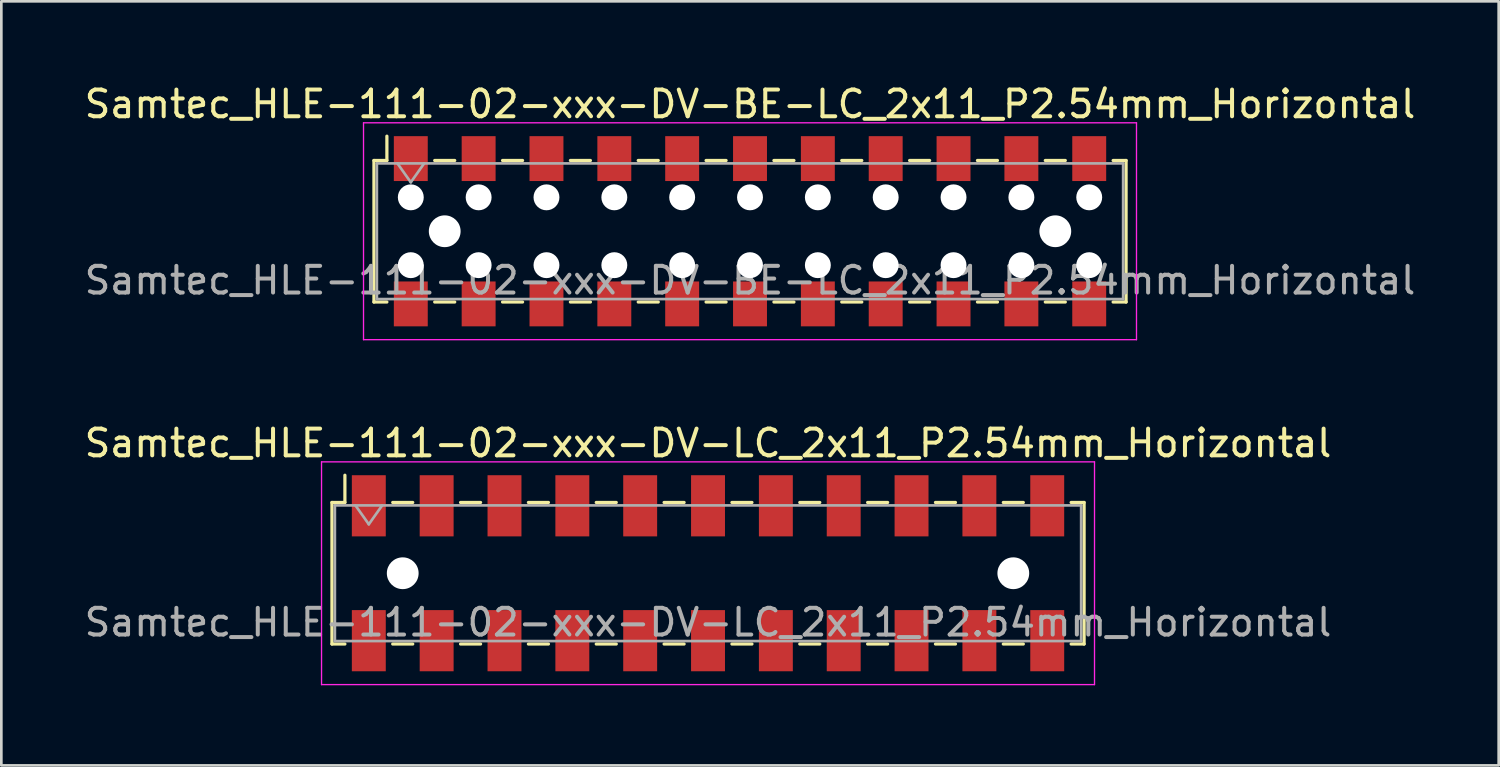
<source format=kicad_pcb>
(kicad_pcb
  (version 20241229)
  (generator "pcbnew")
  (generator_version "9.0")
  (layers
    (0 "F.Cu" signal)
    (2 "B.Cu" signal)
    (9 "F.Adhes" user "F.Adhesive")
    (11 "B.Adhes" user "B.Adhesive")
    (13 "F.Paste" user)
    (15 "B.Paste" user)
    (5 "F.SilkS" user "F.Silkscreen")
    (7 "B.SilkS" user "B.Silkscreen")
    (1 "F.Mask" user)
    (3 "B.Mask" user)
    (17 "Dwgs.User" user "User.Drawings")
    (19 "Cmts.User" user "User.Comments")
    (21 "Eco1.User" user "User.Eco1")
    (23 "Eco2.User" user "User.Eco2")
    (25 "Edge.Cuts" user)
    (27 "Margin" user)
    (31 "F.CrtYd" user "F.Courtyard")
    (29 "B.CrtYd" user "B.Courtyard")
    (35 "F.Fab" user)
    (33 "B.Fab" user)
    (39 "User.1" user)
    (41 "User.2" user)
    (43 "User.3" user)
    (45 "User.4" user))
  (footprint "Samtec_HLE-111-02-xxx-DV-BE-LC_2x11_P2.54mm_Horizontal"
    (layer "F.Cu")
    (at 25.03 5.608)
    (property "Reference" "Samtec_HLE-111-02-xxx-DV-BE-LC_2x11_P2.54mm_Horizontal" (at 0 -4.76 0) (layer "F.SilkS") (effects (font (size 1 1) (thickness 0.15))))
    (attr smd)
    (fp_line (start -14.08 -2.65) (end -14.08 2.65) (stroke (width 0.12) (type solid)) (layer "F.SilkS"))
    (fp_line (start -14.08 2.65) (end -13.595 2.65) (stroke (width 0.12) (type solid)) (layer "F.SilkS"))
    (fp_line (start -13.595 -3.56) (end -13.595 -2.65) (stroke (width 0.12) (type solid)) (layer "F.SilkS"))
    (fp_line (start -13.595 -2.65) (end -14.08 -2.65) (stroke (width 0.12) (type solid)) (layer "F.SilkS"))
    (fp_line (start -11.805 -2.65) (end -11.055 -2.65) (stroke (width 0.12) (type solid)) (layer "F.SilkS"))
    (fp_line (start -11.805 2.65) (end -11.055 2.65) (stroke (width 0.12) (type solid)) (layer "F.SilkS"))
    (fp_line (start -9.265 -2.65) (end -8.515 -2.65) (stroke (width 0.12) (type solid)) (layer "F.SilkS"))
    (fp_line (start -9.265 2.65) (end -8.515 2.65) (stroke (width 0.12) (type solid)) (layer "F.SilkS"))
    (fp_line (start -6.725 -2.65) (end -5.975 -2.65) (stroke (width 0.12) (type solid)) (layer "F.SilkS"))
    (fp_line (start -6.725 2.65) (end -5.975 2.65) (stroke (width 0.12) (type solid)) (layer "F.SilkS"))
    (fp_line (start -4.185 -2.65) (end -3.435 -2.65) (stroke (width 0.12) (type solid)) (layer "F.SilkS"))
    (fp_line (start -4.185 2.65) (end -3.435 2.65) (stroke (width 0.12) (type solid)) (layer "F.SilkS"))
    (fp_line (start -1.645 -2.65) (end -0.895 -2.65) (stroke (width 0.12) (type solid)) (layer "F.SilkS"))
    (fp_line (start -1.645 2.65) (end -0.895 2.65) (stroke (width 0.12) (type solid)) (layer "F.SilkS"))
    (fp_line (start 0.895 -2.65) (end 1.645 -2.65) (stroke (width 0.12) (type solid)) (layer "F.SilkS"))
    (fp_line (start 0.895 2.65) (end 1.645 2.65) (stroke (width 0.12) (type solid)) (layer "F.SilkS"))
    (fp_line (start 3.435 -2.65) (end 4.185 -2.65) (stroke (width 0.12) (type solid)) (layer "F.SilkS"))
    (fp_line (start 3.435 2.65) (end 4.185 2.65) (stroke (width 0.12) (type solid)) (layer "F.SilkS"))
    (fp_line (start 5.975 -2.65) (end 6.725 -2.65) (stroke (width 0.12) (type solid)) (layer "F.SilkS"))
    (fp_line (start 5.975 2.65) (end 6.725 2.65) (stroke (width 0.12) (type solid)) (layer "F.SilkS"))
    (fp_line (start 8.515 -2.65) (end 9.265 -2.65) (stroke (width 0.12) (type solid)) (layer "F.SilkS"))
    (fp_line (start 8.515 2.65) (end 9.265 2.65) (stroke (width 0.12) (type solid)) (layer "F.SilkS"))
    (fp_line (start 11.055 -2.65) (end 11.805 -2.65) (stroke (width 0.12) (type solid)) (layer "F.SilkS"))
    (fp_line (start 11.055 2.65) (end 11.805 2.65) (stroke (width 0.12) (type solid)) (layer "F.SilkS"))
    (fp_line (start 13.595 -2.65) (end 14.08 -2.65) (stroke (width 0.12) (type solid)) (layer "F.SilkS"))
    (fp_line (start 14.08 -2.65) (end 14.08 2.65) (stroke (width 0.12) (type solid)) (layer "F.SilkS"))
    (fp_line (start 14.08 2.65) (end 13.595 2.65) (stroke (width 0.12) (type solid)) (layer "F.SilkS"))
    (fp_line (start -14.47 -4.06) (end 14.47 -4.06) (stroke (width 0.05) (type solid)) (layer "F.CrtYd"))
    (fp_line (start -14.47 4.06) (end -14.47 -4.06) (stroke (width 0.05) (type solid)) (layer "F.CrtYd"))
    (fp_line (start 14.47 -4.06) (end 14.47 4.06) (stroke (width 0.05) (type solid)) (layer "F.CrtYd"))
    (fp_line (start 14.47 4.06) (end -14.47 4.06) (stroke (width 0.05) (type solid)) (layer "F.CrtYd"))
    (fp_line (start -13.97 -2.54) (end 13.97 -2.54) (stroke (width 0.1) (type solid)) (layer "F.Fab"))
    (fp_line (start -13.97 2.54) (end -13.97 -2.54) (stroke (width 0.1) (type solid)) (layer "F.Fab"))
    (fp_line (start -13.2 -2.54) (end -12.7 -1.833) (stroke (width 0.1) (type solid)) (layer "F.Fab"))
    (fp_line (start -12.7 -1.833) (end -12.2 -2.54) (stroke (width 0.1) (type solid)) (layer "F.Fab"))
    (fp_line (start 13.97 -2.54) (end 13.97 2.54) (stroke (width 0.1) (type solid)) (layer "F.Fab"))
    (fp_line (start 13.97 2.54) (end -13.97 2.54) (stroke (width 0.1) (type solid)) (layer "F.Fab"))
    (fp_text user "${REFERENCE}" (at 0 1.84 0) (layer "F.Fab") (effects (font (size 1 1) (thickness 0.15))))
    (pad "" np_thru_hole circle (at -12.7 -1.27) (size 0.97 0.97) (drill 0.97) (layers "*.Cu" "*.Mask"))
    (pad "" np_thru_hole circle (at -12.7 1.27) (size 0.97 0.97) (drill 0.97) (layers "*.Cu" "*.Mask"))
    (pad "" np_thru_hole circle (at -11.43 0) (size 1.19 1.19) (drill 1.19) (layers "*.Cu" "*.Mask"))
    (pad "" np_thru_hole circle (at -10.16 -1.27) (size 0.97 0.97) (drill 0.97) (layers "*.Cu" "*.Mask"))
    (pad "" np_thru_hole circle (at -10.16 1.27) (size 0.97 0.97) (drill 0.97) (layers "*.Cu" "*.Mask"))
    (pad "" np_thru_hole circle (at -7.62 -1.27) (size 0.97 0.97) (drill 0.97) (layers "*.Cu" "*.Mask"))
    (pad "" np_thru_hole circle (at -7.62 1.27) (size 0.97 0.97) (drill 0.97) (layers "*.Cu" "*.Mask"))
    (pad "" np_thru_hole circle (at -5.08 -1.27) (size 0.97 0.97) (drill 0.97) (layers "*.Cu" "*.Mask"))
    (pad "" np_thru_hole circle (at -5.08 1.27) (size 0.97 0.97) (drill 0.97) (layers "*.Cu" "*.Mask"))
    (pad "" np_thru_hole circle (at -2.54 -1.27) (size 0.97 0.97) (drill 0.97) (layers "*.Cu" "*.Mask"))
    (pad "" np_thru_hole circle (at -2.54 1.27) (size 0.97 0.97) (drill 0.97) (layers "*.Cu" "*.Mask"))
    (pad "" np_thru_hole circle (at 0 -1.27) (size 0.97 0.97) (drill 0.97) (layers "*.Cu" "*.Mask"))
    (pad "" np_thru_hole circle (at 0 1.27) (size 0.97 0.97) (drill 0.97) (layers "*.Cu" "*.Mask"))
    (pad "" np_thru_hole circle (at 2.54 -1.27) (size 0.97 0.97) (drill 0.97) (layers "*.Cu" "*.Mask"))
    (pad "" np_thru_hole circle (at 2.54 1.27) (size 0.97 0.97) (drill 0.97) (layers "*.Cu" "*.Mask"))
    (pad "" np_thru_hole circle (at 5.08 -1.27) (size 0.97 0.97) (drill 0.97) (layers "*.Cu" "*.Mask"))
    (pad "" np_thru_hole circle (at 5.08 1.27) (size 0.97 0.97) (drill 0.97) (layers "*.Cu" "*.Mask"))
    (pad "" np_thru_hole circle (at 7.62 -1.27) (size 0.97 0.97) (drill 0.97) (layers "*.Cu" "*.Mask"))
    (pad "" np_thru_hole circle (at 7.62 1.27) (size 0.97 0.97) (drill 0.97) (layers "*.Cu" "*.Mask"))
    (pad "" np_thru_hole circle (at 10.16 -1.27) (size 0.97 0.97) (drill 0.97) (layers "*.Cu" "*.Mask"))
    (pad "" np_thru_hole circle (at 10.16 1.27) (size 0.97 0.97) (drill 0.97) (layers "*.Cu" "*.Mask"))
    (pad "" np_thru_hole circle (at 11.43 0) (size 1.19 1.19) (drill 1.19) (layers "*.Cu" "*.Mask"))
    (pad "" np_thru_hole circle (at 12.7 -1.27) (size 0.97 0.97) (drill 0.97) (layers "*.Cu" "*.Mask"))
    (pad "" np_thru_hole circle (at 12.7 1.27) (size 0.97 0.97) (drill 0.97) (layers "*.Cu" "*.Mask"))
    (pad "1" smd rect (at -12.7 -2.72) (size 1.27 1.68) (layers "F.Cu" "F.Mask" "F.Paste"))
    (pad "2" smd rect (at -12.7 2.72) (size 1.27 1.68) (layers "F.Cu" "F.Mask" "F.Paste"))
    (pad "3" smd rect (at -10.16 -2.72) (size 1.27 1.68) (layers "F.Cu" "F.Mask" "F.Paste"))
    (pad "4" smd rect (at -10.16 2.72) (size 1.27 1.68) (layers "F.Cu" "F.Mask" "F.Paste"))
    (pad "5" smd rect (at -7.62 -2.72) (size 1.27 1.68) (layers "F.Cu" "F.Mask" "F.Paste"))
    (pad "6" smd rect (at -7.62 2.72) (size 1.27 1.68) (layers "F.Cu" "F.Mask" "F.Paste"))
    (pad "7" smd rect (at -5.08 -2.72) (size 1.27 1.68) (layers "F.Cu" "F.Mask" "F.Paste"))
    (pad "8" smd rect (at -5.08 2.72) (size 1.27 1.68) (layers "F.Cu" "F.Mask" "F.Paste"))
    (pad "9" smd rect (at -2.54 -2.72) (size 1.27 1.68) (layers "F.Cu" "F.Mask" "F.Paste"))
    (pad "10" smd rect (at -2.54 2.72) (size 1.27 1.68) (layers "F.Cu" "F.Mask" "F.Paste"))
    (pad "11" smd rect (at 0 -2.72) (size 1.27 1.68) (layers "F.Cu" "F.Mask" "F.Paste"))
    (pad "12" smd rect (at 0 2.72) (size 1.27 1.68) (layers "F.Cu" "F.Mask" "F.Paste"))
    (pad "13" smd rect (at 2.54 -2.72) (size 1.27 1.68) (layers "F.Cu" "F.Mask" "F.Paste"))
    (pad "14" smd rect (at 2.54 2.72) (size 1.27 1.68) (layers "F.Cu" "F.Mask" "F.Paste"))
    (pad "15" smd rect (at 5.08 -2.72) (size 1.27 1.68) (layers "F.Cu" "F.Mask" "F.Paste"))
    (pad "16" smd rect (at 5.08 2.72) (size 1.27 1.68) (layers "F.Cu" "F.Mask" "F.Paste"))
    (pad "17" smd rect (at 7.62 -2.72) (size 1.27 1.68) (layers "F.Cu" "F.Mask" "F.Paste"))
    (pad "18" smd rect (at 7.62 2.72) (size 1.27 1.68) (layers "F.Cu" "F.Mask" "F.Paste"))
    (pad "19" smd rect (at 10.16 -2.72) (size 1.27 1.68) (layers "F.Cu" "F.Mask" "F.Paste"))
    (pad "20" smd rect (at 10.16 2.72) (size 1.27 1.68) (layers "F.Cu" "F.Mask" "F.Paste"))
    (pad "21" smd rect (at 12.7 -2.72) (size 1.27 1.68) (layers "F.Cu" "F.Mask" "F.Paste"))
    (pad "22" smd rect (at 12.7 2.72) (size 1.27 1.68) (layers "F.Cu" "F.Mask" "F.Paste")))
  (footprint "Samtec_HLE-111-02-xxx-DV-LC_2x11_P2.54mm_Horizontal"
    (layer "F.Cu")
    (at 23.458 18.412)
    (property "Reference" "Samtec_HLE-111-02-xxx-DV-LC_2x11_P2.54mm_Horizontal" (at 0 -4.87 0) (layer "F.SilkS") (effects (font (size 1 1) (thickness 0.15))))
    (attr smd)
    (fp_line (start -14.08 -2.65) (end -14.08 2.65) (stroke (width 0.12) (type solid)) (layer "F.SilkS"))
    (fp_line (start -14.08 2.65) (end -13.595 2.65) (stroke (width 0.12) (type solid)) (layer "F.SilkS"))
    (fp_line (start -13.595 -3.67) (end -13.595 -2.65) (stroke (width 0.12) (type solid)) (layer "F.SilkS"))
    (fp_line (start -13.595 -2.65) (end -14.08 -2.65) (stroke (width 0.12) (type solid)) (layer "F.SilkS"))
    (fp_line (start -11.805 -2.65) (end -11.055 -2.65) (stroke (width 0.12) (type solid)) (layer "F.SilkS"))
    (fp_line (start -11.805 2.65) (end -11.055 2.65) (stroke (width 0.12) (type solid)) (layer "F.SilkS"))
    (fp_line (start -9.265 -2.65) (end -8.515 -2.65) (stroke (width 0.12) (type solid)) (layer "F.SilkS"))
    (fp_line (start -9.265 2.65) (end -8.515 2.65) (stroke (width 0.12) (type solid)) (layer "F.SilkS"))
    (fp_line (start -6.725 -2.65) (end -5.975 -2.65) (stroke (width 0.12) (type solid)) (layer "F.SilkS"))
    (fp_line (start -6.725 2.65) (end -5.975 2.65) (stroke (width 0.12) (type solid)) (layer "F.SilkS"))
    (fp_line (start -4.185 -2.65) (end -3.435 -2.65) (stroke (width 0.12) (type solid)) (layer "F.SilkS"))
    (fp_line (start -4.185 2.65) (end -3.435 2.65) (stroke (width 0.12) (type solid)) (layer "F.SilkS"))
    (fp_line (start -1.645 -2.65) (end -0.895 -2.65) (stroke (width 0.12) (type solid)) (layer "F.SilkS"))
    (fp_line (start -1.645 2.65) (end -0.895 2.65) (stroke (width 0.12) (type solid)) (layer "F.SilkS"))
    (fp_line (start 0.895 -2.65) (end 1.645 -2.65) (stroke (width 0.12) (type solid)) (layer "F.SilkS"))
    (fp_line (start 0.895 2.65) (end 1.645 2.65) (stroke (width 0.12) (type solid)) (layer "F.SilkS"))
    (fp_line (start 3.435 -2.65) (end 4.185 -2.65) (stroke (width 0.12) (type solid)) (layer "F.SilkS"))
    (fp_line (start 3.435 2.65) (end 4.185 2.65) (stroke (width 0.12) (type solid)) (layer "F.SilkS"))
    (fp_line (start 5.975 -2.65) (end 6.725 -2.65) (stroke (width 0.12) (type solid)) (layer "F.SilkS"))
    (fp_line (start 5.975 2.65) (end 6.725 2.65) (stroke (width 0.12) (type solid)) (layer "F.SilkS"))
    (fp_line (start 8.515 -2.65) (end 9.265 -2.65) (stroke (width 0.12) (type solid)) (layer "F.SilkS"))
    (fp_line (start 8.515 2.65) (end 9.265 2.65) (stroke (width 0.12) (type solid)) (layer "F.SilkS"))
    (fp_line (start 11.055 -2.65) (end 11.805 -2.65) (stroke (width 0.12) (type solid)) (layer "F.SilkS"))
    (fp_line (start 11.055 2.65) (end 11.805 2.65) (stroke (width 0.12) (type solid)) (layer "F.SilkS"))
    (fp_line (start 13.595 -2.65) (end 14.08 -2.65) (stroke (width 0.12) (type solid)) (layer "F.SilkS"))
    (fp_line (start 14.08 -2.65) (end 14.08 2.65) (stroke (width 0.12) (type solid)) (layer "F.SilkS"))
    (fp_line (start 14.08 2.65) (end 13.595 2.65) (stroke (width 0.12) (type solid)) (layer "F.SilkS"))
    (fp_line (start -14.47 -4.17) (end 14.47 -4.17) (stroke (width 0.05) (type solid)) (layer "F.CrtYd"))
    (fp_line (start -14.47 4.17) (end -14.47 -4.17) (stroke (width 0.05) (type solid)) (layer "F.CrtYd"))
    (fp_line (start 14.47 -4.17) (end 14.47 4.17) (stroke (width 0.05) (type solid)) (layer "F.CrtYd"))
    (fp_line (start 14.47 4.17) (end -14.47 4.17) (stroke (width 0.05) (type solid)) (layer "F.CrtYd"))
    (fp_line (start -13.97 -2.54) (end 13.97 -2.54) (stroke (width 0.1) (type solid)) (layer "F.Fab"))
    (fp_line (start -13.97 2.54) (end -13.97 -2.54) (stroke (width 0.1) (type solid)) (layer "F.Fab"))
    (fp_line (start -13.2 -2.54) (end -12.7 -1.833) (stroke (width 0.1) (type solid)) (layer "F.Fab"))
    (fp_line (start -12.7 -1.833) (end -12.2 -2.54) (stroke (width 0.1) (type solid)) (layer "F.Fab"))
    (fp_line (start 13.97 -2.54) (end 13.97 2.54) (stroke (width 0.1) (type solid)) (layer "F.Fab"))
    (fp_line (start 13.97 2.54) (end -13.97 2.54) (stroke (width 0.1) (type solid)) (layer "F.Fab"))
    (fp_text user "${REFERENCE}" (at 0 1.84 0) (layer "F.Fab") (effects (font (size 1 1) (thickness 0.15))))
    (pad "" np_thru_hole circle (at -11.43 0) (size 1.19 1.19) (drill 1.19) (layers "*.Cu" "*.Mask"))
    (pad "" np_thru_hole circle (at 11.43 0) (size 1.19 1.19) (drill 1.19) (layers "*.Cu" "*.Mask"))
    (pad "1" smd rect (at -12.7 -2.525) (size 1.27 2.29) (layers "F.Cu" "F.Mask" "F.Paste"))
    (pad "2" smd rect (at -12.7 2.525) (size 1.27 2.29) (layers "F.Cu" "F.Mask" "F.Paste"))
    (pad "3" smd rect (at -10.16 -2.525) (size 1.27 2.29) (layers "F.Cu" "F.Mask" "F.Paste"))
    (pad "4" smd rect (at -10.16 2.525) (size 1.27 2.29) (layers "F.Cu" "F.Mask" "F.Paste"))
    (pad "5" smd rect (at -7.62 -2.525) (size 1.27 2.29) (layers "F.Cu" "F.Mask" "F.Paste"))
    (pad "6" smd rect (at -7.62 2.525) (size 1.27 2.29) (layers "F.Cu" "F.Mask" "F.Paste"))
    (pad "7" smd rect (at -5.08 -2.525) (size 1.27 2.29) (layers "F.Cu" "F.Mask" "F.Paste"))
    (pad "8" smd rect (at -5.08 2.525) (size 1.27 2.29) (layers "F.Cu" "F.Mask" "F.Paste"))
    (pad "9" smd rect (at -2.54 -2.525) (size 1.27 2.29) (layers "F.Cu" "F.Mask" "F.Paste"))
    (pad "10" smd rect (at -2.54 2.525) (size 1.27 2.29) (layers "F.Cu" "F.Mask" "F.Paste"))
    (pad "11" smd rect (at 0 -2.525) (size 1.27 2.29) (layers "F.Cu" "F.Mask" "F.Paste"))
    (pad "12" smd rect (at 0 2.525) (size 1.27 2.29) (layers "F.Cu" "F.Mask" "F.Paste"))
    (pad "13" smd rect (at 2.54 -2.525) (size 1.27 2.29) (layers "F.Cu" "F.Mask" "F.Paste"))
    (pad "14" smd rect (at 2.54 2.525) (size 1.27 2.29) (layers "F.Cu" "F.Mask" "F.Paste"))
    (pad "15" smd rect (at 5.08 -2.525) (size 1.27 2.29) (layers "F.Cu" "F.Mask" "F.Paste"))
    (pad "16" smd rect (at 5.08 2.525) (size 1.27 2.29) (layers "F.Cu" "F.Mask" "F.Paste"))
    (pad "17" smd rect (at 7.62 -2.525) (size 1.27 2.29) (layers "F.Cu" "F.Mask" "F.Paste"))
    (pad "18" smd rect (at 7.62 2.525) (size 1.27 2.29) (layers "F.Cu" "F.Mask" "F.Paste"))
    (pad "19" smd rect (at 10.16 -2.525) (size 1.27 2.29) (layers "F.Cu" "F.Mask" "F.Paste"))
    (pad "20" smd rect (at 10.16 2.525) (size 1.27 2.29) (layers "F.Cu" "F.Mask" "F.Paste"))
    (pad "21" smd rect (at 12.7 -2.525) (size 1.27 2.29) (layers "F.Cu" "F.Mask" "F.Paste"))
    (pad "22" smd rect (at 12.7 2.525) (size 1.27 2.29) (layers "F.Cu" "F.Mask" "F.Paste")))
  (gr_rect
    (start -3 -3)
    (end 53.06 25.607)
    (stroke (width 0.1) (type default))
    (fill no)
    (layer "Edge.Cuts")))
</source>
